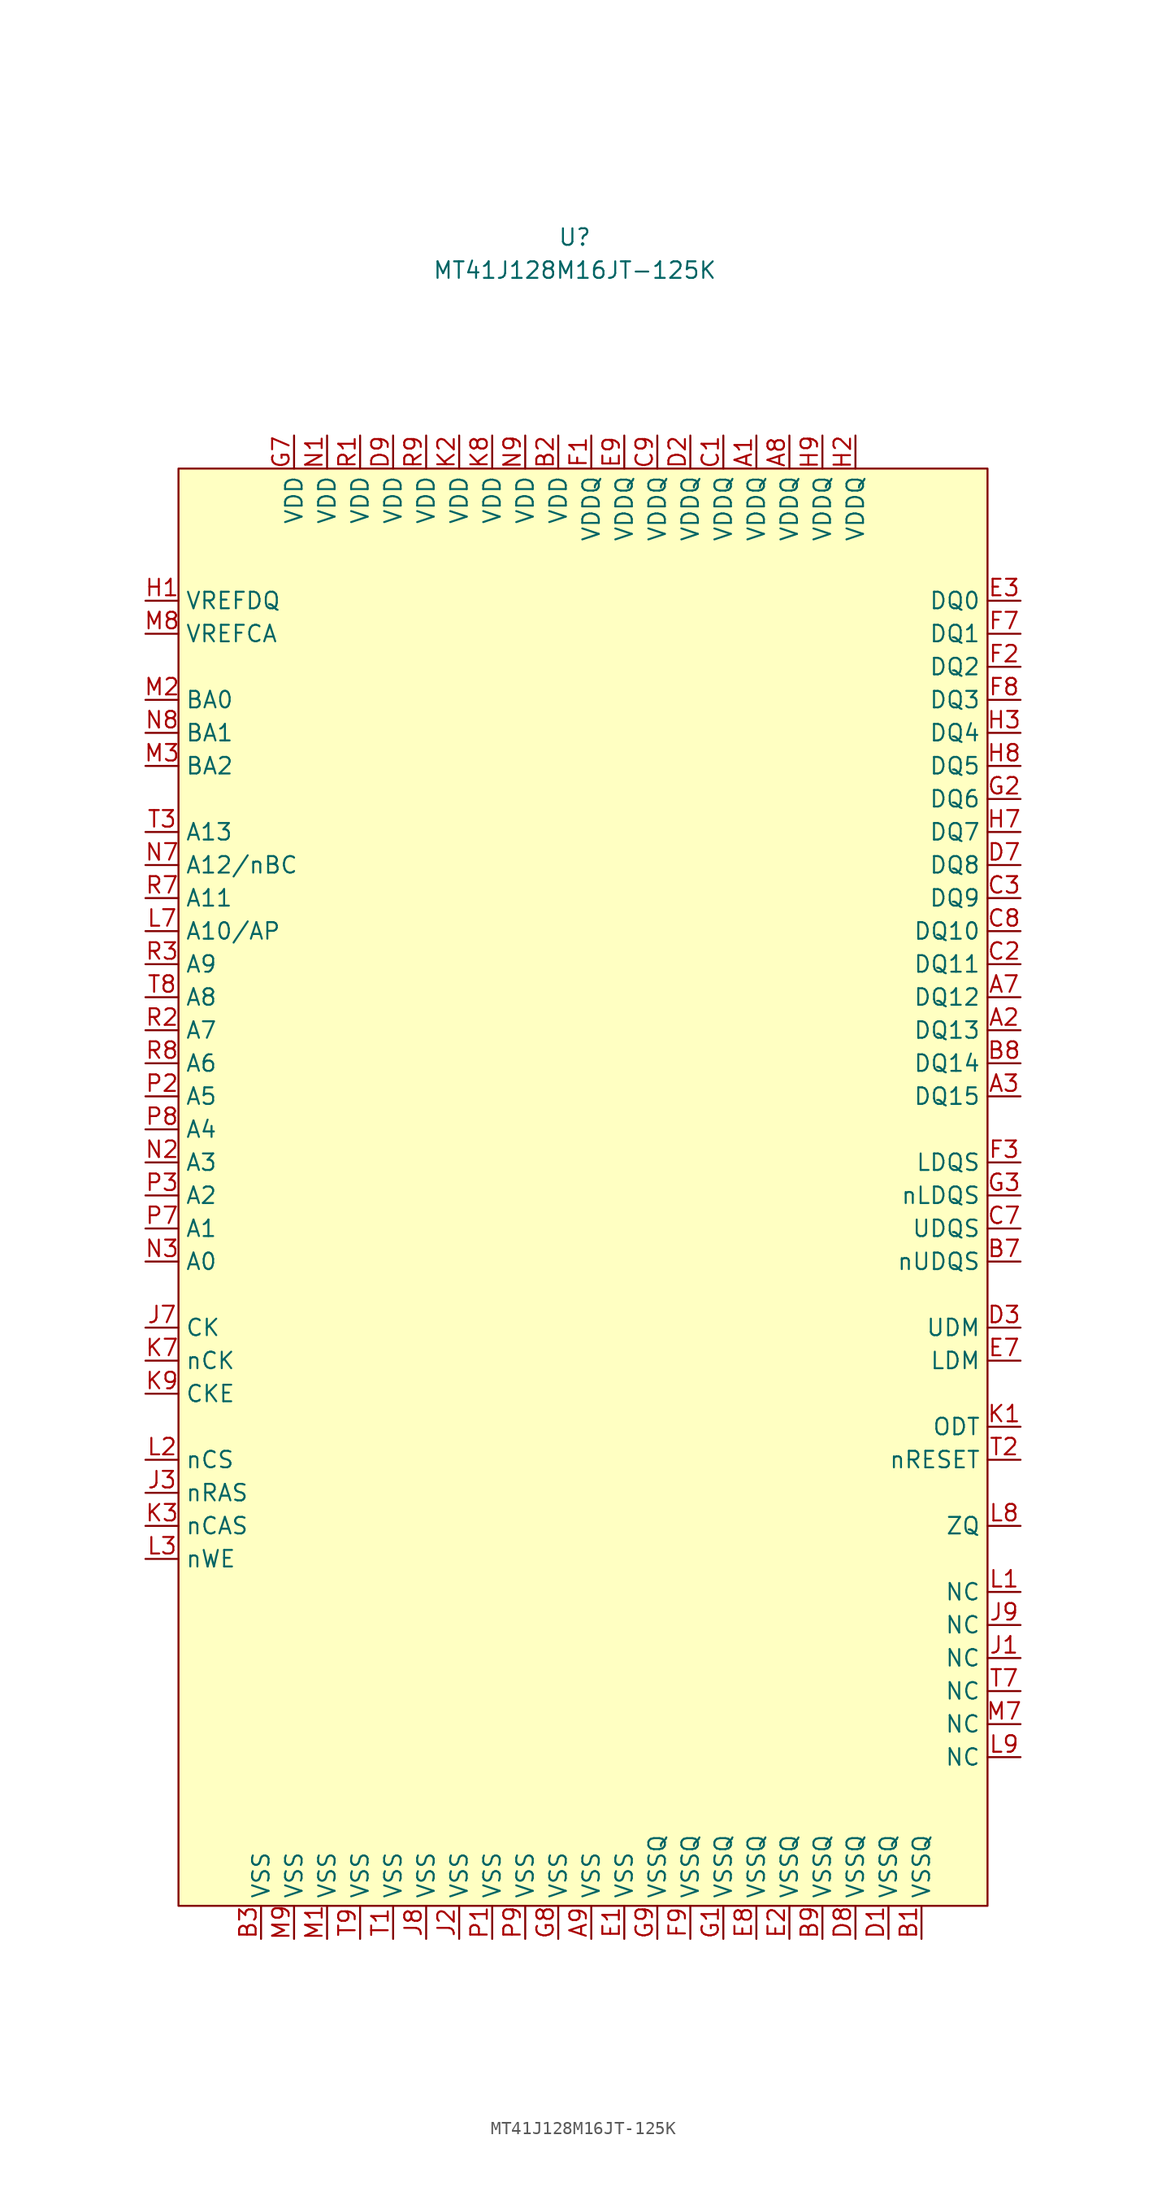
<source format=kicad_sym>
(kicad_symbol_lib
  (version 20220914)
  (generator kicad_symbol_editor)
  (symbol "MT41J128M16JT-125K"
    (property "Reference" "U"
      (at 1.27 24.13 0)
      (effects (font (size 1.27 1.27))))
    (property "Value" "MT41J128M16JT-125K"
      (at 1.27 21.59 0)
      (effects (font (size 1.27 1.27))))
    (symbol "MT41J128M16JT-125K_1_1"
      (rectangle (start -29.21 6.35) (end 33.02 -104.14) (stroke (width 0) (type default)) (fill (type background)))
      (pin passive line (at 15.24 8.89 270) (length 2.54) (name "VDDQ" (effects (font (size 1.27 1.27)))) (number "A1" (effects (font (size 1.27 1.27)))))
      (pin passive line (at 35.56 -36.83 180) (length 2.54) (name "DQ13" (effects (font (size 1.27 1.27)))) (number "A2" (effects (font (size 1.27 1.27)))))
      (pin passive line (at 35.56 -41.91 180) (length 2.54) (name "DQ15" (effects (font (size 1.27 1.27)))) (number "A3" (effects (font (size 1.27 1.27)))))
      (pin passive line (at 35.56 -34.29 180) (length 2.54) (name "DQ12" (effects (font (size 1.27 1.27)))) (number "A7" (effects (font (size 1.27 1.27)))))
      (pin passive line (at 17.78 8.89 270) (length 2.54) (name "VDDQ" (effects (font (size 1.27 1.27)))) (number "A8" (effects (font (size 1.27 1.27)))))
      (pin passive line (at 2.54 -106.68 90) (length 2.54) (name "VSS" (effects (font (size 1.27 1.27)))) (number "A9" (effects (font (size 1.27 1.27)))))
      (pin passive line (at 27.94 -106.68 90) (length 2.54) (name "VSSQ" (effects (font (size 1.27 1.27)))) (number "B1" (effects (font (size 1.27 1.27)))))
      (pin passive line (at 0 8.89 270) (length 2.54) (name "VDD" (effects (font (size 1.27 1.27)))) (number "B2" (effects (font (size 1.27 1.27)))))
      (pin passive line (at -22.86 -106.68 90) (length 2.54) (name "VSS" (effects (font (size 1.27 1.27)))) (number "B3" (effects (font (size 1.27 1.27)))))
      (pin passive line (at 35.56 -54.61 180) (length 2.54) (name "nUDQS" (effects (font (size 1.27 1.27)))) (number "B7" (effects (font (size 1.27 1.27)))))
      (pin passive line (at 35.56 -39.37 180) (length 2.54) (name "DQ14" (effects (font (size 1.27 1.27)))) (number "B8" (effects (font (size 1.27 1.27)))))
      (pin passive line (at 20.32 -106.68 90) (length 2.54) (name "VSSQ" (effects (font (size 1.27 1.27)))) (number "B9" (effects (font (size 1.27 1.27)))))
      (pin passive line (at 12.7 8.89 270) (length 2.54) (name "VDDQ" (effects (font (size 1.27 1.27)))) (number "C1" (effects (font (size 1.27 1.27)))))
      (pin passive line (at 35.56 -31.75 180) (length 2.54) (name "DQ11" (effects (font (size 1.27 1.27)))) (number "C2" (effects (font (size 1.27 1.27)))))
      (pin passive line (at 35.56 -26.67 180) (length 2.54) (name "DQ9" (effects (font (size 1.27 1.27)))) (number "C3" (effects (font (size 1.27 1.27)))))
      (pin passive line (at 35.56 -52.07 180) (length 2.54) (name "UDQS" (effects (font (size 1.27 1.27)))) (number "C7" (effects (font (size 1.27 1.27)))))
      (pin passive line (at 35.56 -29.21 180) (length 2.54) (name "DQ10" (effects (font (size 1.27 1.27)))) (number "C8" (effects (font (size 1.27 1.27)))))
      (pin passive line (at 7.62 8.89 270) (length 2.54) (name "VDDQ" (effects (font (size 1.27 1.27)))) (number "C9" (effects (font (size 1.27 1.27)))))
      (pin passive line (at 25.4 -106.68 90) (length 2.54) (name "VSSQ" (effects (font (size 1.27 1.27)))) (number "D1" (effects (font (size 1.27 1.27)))))
      (pin passive line (at 10.16 8.89 270) (length 2.54) (name "VDDQ" (effects (font (size 1.27 1.27)))) (number "D2" (effects (font (size 1.27 1.27)))))
      (pin passive line (at 35.56 -59.69 180) (length 2.54) (name "UDM" (effects (font (size 1.27 1.27)))) (number "D3" (effects (font (size 1.27 1.27)))))
      (pin passive line (at 35.56 -24.13 180) (length 2.54) (name "DQ8" (effects (font (size 1.27 1.27)))) (number "D7" (effects (font (size 1.27 1.27)))))
      (pin passive line (at 22.86 -106.68 90) (length 2.54) (name "VSSQ" (effects (font (size 1.27 1.27)))) (number "D8" (effects (font (size 1.27 1.27)))))
      (pin passive line (at -12.7 8.89 270) (length 2.54) (name "VDD" (effects (font (size 1.27 1.27)))) (number "D9" (effects (font (size 1.27 1.27)))))
      (pin passive line (at 5.08 -106.68 90) (length 2.54) (name "VSS" (effects (font (size 1.27 1.27)))) (number "E1" (effects (font (size 1.27 1.27)))))
      (pin passive line (at 17.78 -106.68 90) (length 2.54) (name "VSSQ" (effects (font (size 1.27 1.27)))) (number "E2" (effects (font (size 1.27 1.27)))))
      (pin passive line (at 35.56 -3.81 180) (length 2.54) (name "DQ0" (effects (font (size 1.27 1.27)))) (number "E3" (effects (font (size 1.27 1.27)))))
      (pin passive line (at 35.56 -62.23 180) (length 2.54) (name "LDM" (effects (font (size 1.27 1.27)))) (number "E7" (effects (font (size 1.27 1.27)))))
      (pin passive line (at 15.24 -106.68 90) (length 2.54) (name "VSSQ" (effects (font (size 1.27 1.27)))) (number "E8" (effects (font (size 1.27 1.27)))))
      (pin passive line (at 5.08 8.89 270) (length 2.54) (name "VDDQ" (effects (font (size 1.27 1.27)))) (number "E9" (effects (font (size 1.27 1.27)))))
      (pin passive line (at 2.54 8.89 270) (length 2.54) (name "VDDQ" (effects (font (size 1.27 1.27)))) (number "F1" (effects (font (size 1.27 1.27)))))
      (pin passive line (at 35.56 -8.89 180) (length 2.54) (name "DQ2" (effects (font (size 1.27 1.27)))) (number "F2" (effects (font (size 1.27 1.27)))))
      (pin passive line (at 35.56 -46.99 180) (length 2.54) (name "LDQS" (effects (font (size 1.27 1.27)))) (number "F3" (effects (font (size 1.27 1.27)))))
      (pin passive line (at 35.56 -6.35 180) (length 2.54) (name "DQ1" (effects (font (size 1.27 1.27)))) (number "F7" (effects (font (size 1.27 1.27)))))
      (pin passive line (at 35.56 -11.43 180) (length 2.54) (name "DQ3" (effects (font (size 1.27 1.27)))) (number "F8" (effects (font (size 1.27 1.27)))))
      (pin passive line (at 10.16 -106.68 90) (length 2.54) (name "VSSQ" (effects (font (size 1.27 1.27)))) (number "F9" (effects (font (size 1.27 1.27)))))
      (pin passive line (at 12.7 -106.68 90) (length 2.54) (name "VSSQ" (effects (font (size 1.27 1.27)))) (number "G1" (effects (font (size 1.27 1.27)))))
      (pin passive line (at 35.56 -19.05 180) (length 2.54) (name "DQ6" (effects (font (size 1.27 1.27)))) (number "G2" (effects (font (size 1.27 1.27)))))
      (pin passive line (at 35.56 -49.53 180) (length 2.54) (name "nLDQS" (effects (font (size 1.27 1.27)))) (number "G3" (effects (font (size 1.27 1.27)))))
      (pin passive line (at -20.32 8.89 270) (length 2.54) (name "VDD" (effects (font (size 1.27 1.27)))) (number "G7" (effects (font (size 1.27 1.27)))))
      (pin passive line (at 0 -106.68 90) (length 2.54) (name "VSS" (effects (font (size 1.27 1.27)))) (number "G8" (effects (font (size 1.27 1.27)))))
      (pin passive line (at 7.62 -106.68 90) (length 2.54) (name "VSSQ" (effects (font (size 1.27 1.27)))) (number "G9" (effects (font (size 1.27 1.27)))))
      (pin passive line (at -31.75 -3.81 0) (length 2.54) (name "VREFDQ" (effects (font (size 1.27 1.27)))) (number "H1" (effects (font (size 1.27 1.27)))))
      (pin passive line (at 22.86 8.89 270) (length 2.54) (name "VDDQ" (effects (font (size 1.27 1.27)))) (number "H2" (effects (font (size 1.27 1.27)))))
      (pin passive line (at 35.56 -13.97 180) (length 2.54) (name "DQ4" (effects (font (size 1.27 1.27)))) (number "H3" (effects (font (size 1.27 1.27)))))
      (pin passive line (at 35.56 -21.59 180) (length 2.54) (name "DQ7" (effects (font (size 1.27 1.27)))) (number "H7" (effects (font (size 1.27 1.27)))))
      (pin passive line (at 35.56 -16.51 180) (length 2.54) (name "DQ5" (effects (font (size 1.27 1.27)))) (number "H8" (effects (font (size 1.27 1.27)))))
      (pin passive line (at 20.32 8.89 270) (length 2.54) (name "VDDQ" (effects (font (size 1.27 1.27)))) (number "H9" (effects (font (size 1.27 1.27)))))
      (pin passive line (at 35.56 -85.09 180) (length 2.54) (name "NC" (effects (font (size 1.27 1.27)))) (number "J1" (effects (font (size 1.27 1.27)))))
      (pin passive line (at -7.62 -106.68 90) (length 2.54) (name "VSS" (effects (font (size 1.27 1.27)))) (number "J2" (effects (font (size 1.27 1.27)))))
      (pin passive line (at -31.75 -72.39 0) (length 2.54) (name "nRAS" (effects (font (size 1.27 1.27)))) (number "J3" (effects (font (size 1.27 1.27)))))
      (pin passive line (at -31.75 -59.69 0) (length 2.54) (name "CK" (effects (font (size 1.27 1.27)))) (number "J7" (effects (font (size 1.27 1.27)))))
      (pin passive line (at -10.16 -106.68 90) (length 2.54) (name "VSS" (effects (font (size 1.27 1.27)))) (number "J8" (effects (font (size 1.27 1.27)))))
      (pin passive line (at 35.56 -82.55 180) (length 2.54) (name "NC" (effects (font (size 1.27 1.27)))) (number "J9" (effects (font (size 1.27 1.27)))))
      (pin passive line (at 35.56 -67.31 180) (length 2.54) (name "ODT" (effects (font (size 1.27 1.27)))) (number "K1" (effects (font (size 1.27 1.27)))))
      (pin passive line (at -7.62 8.89 270) (length 2.54) (name "VDD" (effects (font (size 1.27 1.27)))) (number "K2" (effects (font (size 1.27 1.27)))))
      (pin passive line (at -31.75 -74.93 0) (length 2.54) (name "nCAS" (effects (font (size 1.27 1.27)))) (number "K3" (effects (font (size 1.27 1.27)))))
      (pin passive line (at -31.75 -62.23 0) (length 2.54) (name "nCK" (effects (font (size 1.27 1.27)))) (number "K7" (effects (font (size 1.27 1.27)))))
      (pin passive line (at -5.08 8.89 270) (length 2.54) (name "VDD" (effects (font (size 1.27 1.27)))) (number "K8" (effects (font (size 1.27 1.27)))))
      (pin passive line (at -31.75 -64.77 0) (length 2.54) (name "CKE" (effects (font (size 1.27 1.27)))) (number "K9" (effects (font (size 1.27 1.27)))))
      (pin passive line (at 35.56 -80.01 180) (length 2.54) (name "NC" (effects (font (size 1.27 1.27)))) (number "L1" (effects (font (size 1.27 1.27)))))
      (pin passive line (at -31.75 -69.85 0) (length 2.54) (name "nCS" (effects (font (size 1.27 1.27)))) (number "L2" (effects (font (size 1.27 1.27)))))
      (pin passive line (at -31.75 -77.47 0) (length 2.54) (name "nWE" (effects (font (size 1.27 1.27)))) (number "L3" (effects (font (size 1.27 1.27)))))
      (pin passive line (at -31.75 -29.21 0) (length 2.54) (name "A10/AP" (effects (font (size 1.27 1.27)))) (number "L7" (effects (font (size 1.27 1.27)))))
      (pin passive line (at 35.56 -74.93 180) (length 2.54) (name "ZQ" (effects (font (size 1.27 1.27)))) (number "L8" (effects (font (size 1.27 1.27)))))
      (pin passive line (at 35.56 -92.71 180) (length 2.54) (name "NC" (effects (font (size 1.27 1.27)))) (number "L9" (effects (font (size 1.27 1.27)))))
      (pin passive line (at -17.78 -106.68 90) (length 2.54) (name "VSS" (effects (font (size 1.27 1.27)))) (number "M1" (effects (font (size 1.27 1.27)))))
      (pin passive line (at -31.75 -11.43 0) (length 2.54) (name "BA0" (effects (font (size 1.27 1.27)))) (number "M2" (effects (font (size 1.27 1.27)))))
      (pin passive line (at -31.75 -16.51 0) (length 2.54) (name "BA2" (effects (font (size 1.27 1.27)))) (number "M3" (effects (font (size 1.27 1.27)))))
      (pin passive line (at 35.56 -90.17 180) (length 2.54) (name "NC" (effects (font (size 1.27 1.27)))) (number "M7" (effects (font (size 1.27 1.27)))))
      (pin passive line (at -31.75 -6.35 0) (length 2.54) (name "VREFCA" (effects (font (size 1.27 1.27)))) (number "M8" (effects (font (size 1.27 1.27)))))
      (pin passive line (at -20.32 -106.68 90) (length 2.54) (name "VSS" (effects (font (size 1.27 1.27)))) (number "M9" (effects (font (size 1.27 1.27)))))
      (pin passive line (at -17.78 8.89 270) (length 2.54) (name "VDD" (effects (font (size 1.27 1.27)))) (number "N1" (effects (font (size 1.27 1.27)))))
      (pin passive line (at -31.75 -46.99 0) (length 2.54) (name "A3" (effects (font (size 1.27 1.27)))) (number "N2" (effects (font (size 1.27 1.27)))))
      (pin passive line (at -31.75 -54.61 0) (length 2.54) (name "A0" (effects (font (size 1.27 1.27)))) (number "N3" (effects (font (size 1.27 1.27)))))
      (pin passive line (at -31.75 -24.13 0) (length 2.54) (name "A12/nBC" (effects (font (size 1.27 1.27)))) (number "N7" (effects (font (size 1.27 1.27)))))
      (pin passive line (at -31.75 -13.97 0) (length 2.54) (name "BA1" (effects (font (size 1.27 1.27)))) (number "N8" (effects (font (size 1.27 1.27)))))
      (pin passive line (at -2.54 8.89 270) (length 2.54) (name "VDD" (effects (font (size 1.27 1.27)))) (number "N9" (effects (font (size 1.27 1.27)))))
      (pin passive line (at -5.08 -106.68 90) (length 2.54) (name "VSS" (effects (font (size 1.27 1.27)))) (number "P1" (effects (font (size 1.27 1.27)))))
      (pin passive line (at -31.75 -41.91 0) (length 2.54) (name "A5" (effects (font (size 1.27 1.27)))) (number "P2" (effects (font (size 1.27 1.27)))))
      (pin passive line (at -31.75 -49.53 0) (length 2.54) (name "A2" (effects (font (size 1.27 1.27)))) (number "P3" (effects (font (size 1.27 1.27)))))
      (pin passive line (at -31.75 -52.07 0) (length 2.54) (name "A1" (effects (font (size 1.27 1.27)))) (number "P7" (effects (font (size 1.27 1.27)))))
      (pin passive line (at -31.75 -44.45 0) (length 2.54) (name "A4" (effects (font (size 1.27 1.27)))) (number "P8" (effects (font (size 1.27 1.27)))))
      (pin passive line (at -2.54 -106.68 90) (length 2.54) (name "VSS" (effects (font (size 1.27 1.27)))) (number "P9" (effects (font (size 1.27 1.27)))))
      (pin passive line (at -15.24 8.89 270) (length 2.54) (name "VDD" (effects (font (size 1.27 1.27)))) (number "R1" (effects (font (size 1.27 1.27)))))
      (pin passive line (at -31.75 -36.83 0) (length 2.54) (name "A7" (effects (font (size 1.27 1.27)))) (number "R2" (effects (font (size 1.27 1.27)))))
      (pin passive line (at -31.75 -31.75 0) (length 2.54) (name "A9" (effects (font (size 1.27 1.27)))) (number "R3" (effects (font (size 1.27 1.27)))))
      (pin passive line (at -31.75 -26.67 0) (length 2.54) (name "A11" (effects (font (size 1.27 1.27)))) (number "R7" (effects (font (size 1.27 1.27)))))
      (pin passive line (at -31.75 -39.37 0) (length 2.54) (name "A6" (effects (font (size 1.27 1.27)))) (number "R8" (effects (font (size 1.27 1.27)))))
      (pin passive line (at -10.16 8.89 270) (length 2.54) (name "VDD" (effects (font (size 1.27 1.27)))) (number "R9" (effects (font (size 1.27 1.27)))))
      (pin passive line (at -12.7 -106.68 90) (length 2.54) (name "VSS" (effects (font (size 1.27 1.27)))) (number "T1" (effects (font (size 1.27 1.27)))))
      (pin passive line (at 35.56 -69.85 180) (length 2.54) (name "nRESET" (effects (font (size 1.27 1.27)))) (number "T2" (effects (font (size 1.27 1.27)))))
      (pin passive line (at -31.75 -21.59 0) (length 2.54) (name "A13" (effects (font (size 1.27 1.27)))) (number "T3" (effects (font (size 1.27 1.27)))))
      (pin passive line (at 35.56 -87.63 180) (length 2.54) (name "NC" (effects (font (size 1.27 1.27)))) (number "T7" (effects (font (size 1.27 1.27)))))
      (pin passive line (at -31.75 -34.29 0) (length 2.54) (name "A8" (effects (font (size 1.27 1.27)))) (number "T8" (effects (font (size 1.27 1.27)))))
      (pin passive line (at -15.24 -106.68 90) (length 2.54) (name "VSS" (effects (font (size 1.27 1.27)))) (number "T9" (effects (font (size 1.27 1.27))))))))
</source>
